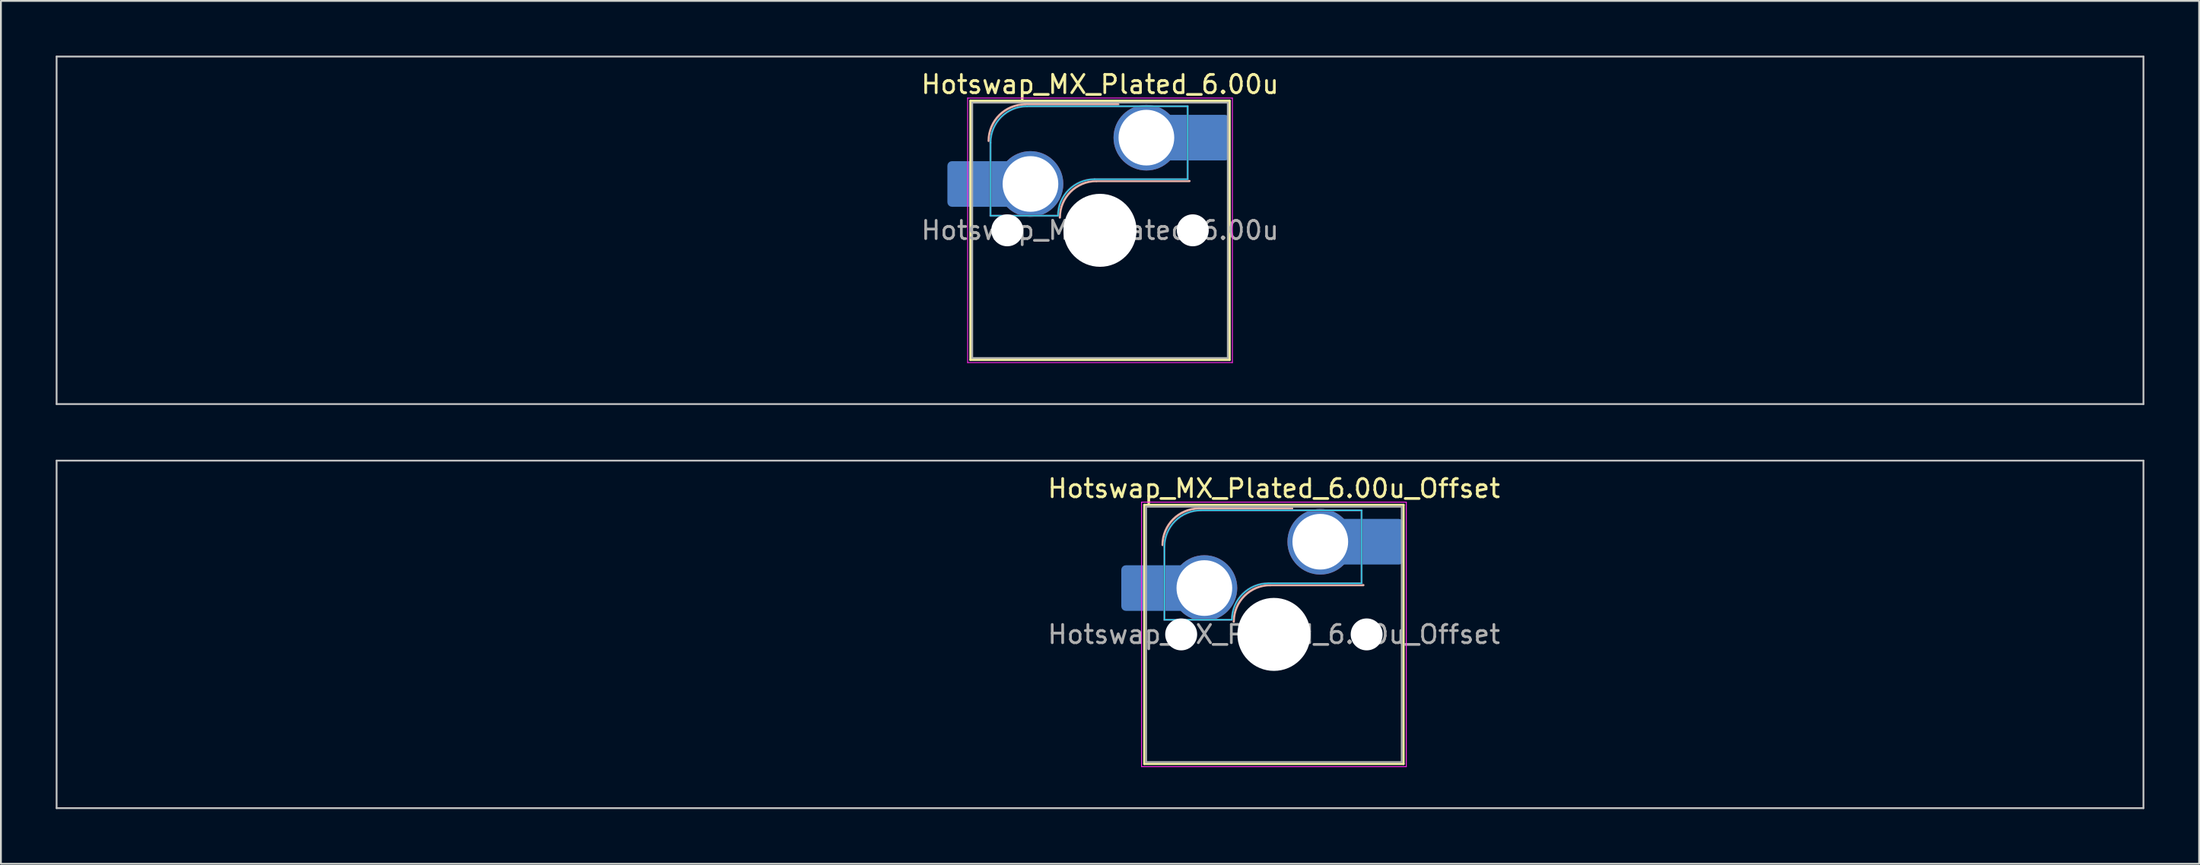
<source format=kicad_pcb>
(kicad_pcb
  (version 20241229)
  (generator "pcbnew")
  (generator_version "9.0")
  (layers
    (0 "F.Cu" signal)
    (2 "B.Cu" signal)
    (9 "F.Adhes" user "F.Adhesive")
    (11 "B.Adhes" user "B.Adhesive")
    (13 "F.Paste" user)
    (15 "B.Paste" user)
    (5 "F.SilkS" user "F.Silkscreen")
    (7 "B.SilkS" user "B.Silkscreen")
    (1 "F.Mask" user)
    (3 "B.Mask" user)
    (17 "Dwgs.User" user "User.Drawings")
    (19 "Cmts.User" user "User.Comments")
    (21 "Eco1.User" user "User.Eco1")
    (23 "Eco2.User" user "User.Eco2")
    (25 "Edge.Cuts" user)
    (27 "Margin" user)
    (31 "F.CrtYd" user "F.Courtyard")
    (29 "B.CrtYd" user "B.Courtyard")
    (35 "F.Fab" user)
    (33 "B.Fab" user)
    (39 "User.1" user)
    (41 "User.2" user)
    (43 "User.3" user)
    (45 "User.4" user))
  (footprint "Hotswap_MX_Plated_6.00u_Offset"
    (layer "F.Cu")
    (at 66.725 31.725)
    (property "Reference" "Hotswap_MX_Plated_6.00u_Offset" (at 0 -8 0) (layer "F.SilkS") (effects (font (size 1 1) (thickness 0.15))))
    (attr smd allow_soldermask_bridges)
    (fp_line (start -7.1 -7.1) (end -7.1 7.1) (stroke (width 0.12) (type solid)) (layer "F.SilkS"))
    (fp_line (start -7.1 7.1) (end 7.1 7.1) (stroke (width 0.12) (type solid)) (layer "F.SilkS"))
    (fp_line (start 7.1 -7.1) (end -7.1 -7.1) (stroke (width 0.12) (type solid)) (layer "F.SilkS"))
    (fp_line (start 7.1 7.1) (end 7.1 -7.1) (stroke (width 0.12) (type solid)) (layer "F.SilkS"))
    (fp_line (start -4.1 -6.9) (end 1 -6.9) (stroke (width 0.12) (type solid)) (layer "B.SilkS"))
    (fp_line (start -0.2 -2.7) (end 4.9 -2.7) (stroke (width 0.12) (type solid)) (layer "B.SilkS"))
    (fp_arc (start -6.1 -4.9) (mid -5.514214 -6.314214) (end -4.1 -6.9) (stroke (width 0.12) (type solid)) (layer "B.SilkS"))
    (fp_arc (start -2.2 -0.7) (mid -1.614214 -2.114214) (end -0.2 -2.7) (stroke (width 0.12) (type solid)) (layer "B.SilkS"))
    (fp_line (start -66.675 -9.525) (end -66.675 9.525) (stroke (width 0.1) (type solid)) (layer "Dwgs.User"))
    (fp_line (start -66.675 9.525) (end 47.625 9.525) (stroke (width 0.1) (type solid)) (layer "Dwgs.User"))
    (fp_line (start 47.625 -9.525) (end -66.675 -9.525) (stroke (width 0.1) (type solid)) (layer "Dwgs.User"))
    (fp_line (start 47.625 9.525) (end 47.625 -9.525) (stroke (width 0.1) (type solid)) (layer "Dwgs.User"))
    (fp_line (start -7.8 -6) (end -7 -6) (stroke (width 0.1) (type solid)) (layer "Eco1.User"))
    (fp_line (start -7.8 -2.9) (end -7.8 -6) (stroke (width 0.1) (type solid)) (layer "Eco1.User"))
    (fp_line (start -7.8 2.9) (end -7 2.9) (stroke (width 0.1) (type solid)) (layer "Eco1.User"))
    (fp_line (start -7.8 6) (end -7.8 2.9) (stroke (width 0.1) (type solid)) (layer "Eco1.User"))
    (fp_line (start -7 -7) (end 7 -7) (stroke (width 0.1) (type solid)) (layer "Eco1.User"))
    (fp_line (start -7 -6) (end -7 -7) (stroke (width 0.1) (type solid)) (layer "Eco1.User"))
    (fp_line (start -7 -2.9) (end -7.8 -2.9) (stroke (width 0.1) (type solid)) (layer "Eco1.User"))
    (fp_line (start -7 2.9) (end -7 -2.9) (stroke (width 0.1) (type solid)) (layer "Eco1.User"))
    (fp_line (start -7 6) (end -7.8 6) (stroke (width 0.1) (type solid)) (layer "Eco1.User"))
    (fp_line (start -7 7) (end -7 6) (stroke (width 0.1) (type solid)) (layer "Eco1.User"))
    (fp_line (start 7 -7) (end 7 -6) (stroke (width 0.1) (type solid)) (layer "Eco1.User"))
    (fp_line (start 7 -6) (end 7.8 -6) (stroke (width 0.1) (type solid)) (layer "Eco1.User"))
    (fp_line (start 7 -2.9) (end 7 2.9) (stroke (width 0.1) (type solid)) (layer "Eco1.User"))
    (fp_line (start 7 2.9) (end 7.8 2.9) (stroke (width 0.1) (type solid)) (layer "Eco1.User"))
    (fp_line (start 7 6) (end 7 7) (stroke (width 0.1) (type solid)) (layer "Eco1.User"))
    (fp_line (start 7 7) (end -7 7) (stroke (width 0.1) (type solid)) (layer "Eco1.User"))
    (fp_line (start 7.8 -6) (end 7.8 -2.9) (stroke (width 0.1) (type solid)) (layer "Eco1.User"))
    (fp_line (start 7.8 -2.9) (end 7 -2.9) (stroke (width 0.1) (type solid)) (layer "Eco1.User"))
    (fp_line (start 7.8 2.9) (end 7.8 6) (stroke (width 0.1) (type solid)) (layer "Eco1.User"))
    (fp_line (start 7.8 6) (end 7 6) (stroke (width 0.1) (type solid)) (layer "Eco1.User"))
    (fp_line (start -6 -0.8) (end -6 -4.8) (stroke (width 0.05) (type solid)) (layer "B.CrtYd"))
    (fp_line (start -6 -0.8) (end -2.3 -0.8) (stroke (width 0.05) (type solid)) (layer "B.CrtYd"))
    (fp_line (start -4 -6.8) (end 4.8 -6.8) (stroke (width 0.05) (type solid)) (layer "B.CrtYd"))
    (fp_line (start -0.3 -2.8) (end 4.8 -2.8) (stroke (width 0.05) (type solid)) (layer "B.CrtYd"))
    (fp_line (start 4.8 -6.8) (end 4.8 -2.8) (stroke (width 0.05) (type solid)) (layer "B.CrtYd"))
    (fp_arc (start -6 -4.8) (mid -5.414214 -6.214214) (end -4 -6.8) (stroke (width 0.05) (type solid)) (layer "B.CrtYd"))
    (fp_arc (start -2.3 -0.8) (mid -1.714214 -2.214214) (end -0.3 -2.8) (stroke (width 0.05) (type solid)) (layer "B.CrtYd"))
    (fp_line (start -7.25 -7.25) (end -7.25 7.25) (stroke (width 0.05) (type solid)) (layer "F.CrtYd"))
    (fp_line (start -7.25 7.25) (end 7.25 7.25) (stroke (width 0.05) (type solid)) (layer "F.CrtYd"))
    (fp_line (start 7.25 -7.25) (end -7.25 -7.25) (stroke (width 0.05) (type solid)) (layer "F.CrtYd"))
    (fp_line (start 7.25 7.25) (end 7.25 -7.25) (stroke (width 0.05) (type solid)) (layer "F.CrtYd"))
    (fp_line (start -6 -0.8) (end -6 -4.8) (stroke (width 0.12) (type solid)) (layer "B.Fab"))
    (fp_line (start -6 -0.8) (end -2.3 -0.8) (stroke (width 0.12) (type solid)) (layer "B.Fab"))
    (fp_line (start -4 -6.8) (end 4.8 -6.8) (stroke (width 0.12) (type solid)) (layer "B.Fab"))
    (fp_line (start -0.3 -2.8) (end 4.8 -2.8) (stroke (width 0.12) (type solid)) (layer "B.Fab"))
    (fp_line (start 4.8 -6.8) (end 4.8 -2.8) (stroke (width 0.12) (type solid)) (layer "B.Fab"))
    (fp_arc (start -6 -4.8) (mid -5.414214 -6.214214) (end -4 -6.8) (stroke (width 0.12) (type solid)) (layer "B.Fab"))
    (fp_arc (start -2.3 -0.8) (mid -1.714214 -2.214214) (end -0.3 -2.8) (stroke (width 0.12) (type solid)) (layer "B.Fab"))
    (fp_line (start -7 -7) (end -7 7) (stroke (width 0.1) (type solid)) (layer "F.Fab"))
    (fp_line (start -7 7) (end 7 7) (stroke (width 0.1) (type solid)) (layer "F.Fab"))
    (fp_line (start 7 -7) (end -7 -7) (stroke (width 0.1) (type solid)) (layer "F.Fab"))
    (fp_line (start 7 7) (end 7 -7) (stroke (width 0.1) (type solid)) (layer "F.Fab"))
    (fp_text user "${REFERENCE}" (at 0 0 0) (layer "F.Fab") (effects (font (size 1 1) (thickness 0.15))))
    (pad "" smd roundrect (at -7.085 -2.54) (size 2.55 2.5) (layers "B.Mask" "B.Paste") (roundrect_rratio 0.1))
    (pad "" np_thru_hole circle (at -5.08 0) (size 1.75 1.75) (drill 1.75) (layers "*.Cu" "*.Mask"))
    (pad "" np_thru_hole circle (at 0 0) (size 4 4) (drill 4) (layers "*.Cu" "*.Mask"))
    (pad "" np_thru_hole circle (at 5.08 0) (size 1.75 1.75) (drill 1.75) (layers "*.Cu" "*.Mask"))
    (pad "" smd roundrect (at 5.842 -5.08) (size 2.55 2.5) (layers "B.Mask" "B.Paste") (roundrect_rratio 0.1))
    (pad "1" smd roundrect (at -6.585 -2.54) (size 3.55 2.5) (layers "B.Cu") (roundrect_rratio 0.1))
    (pad "1" thru_hole circle (at -3.81 -2.54) (size 3.6 3.6) (drill 3.05) (layers "*.Cu" "*.Mask"))
    (pad "2" thru_hole circle (at 2.54 -5.08) (size 3.6 3.6) (drill 3.05) (layers "*.Cu" "*.Mask"))
    (pad "2" smd roundrect (at 5.32 -5.08) (size 3.55 2.5) (layers "B.Cu") (roundrect_rratio 0.1)))
  (footprint "Hotswap_MX_Plated_6.00u"
    (layer "F.Cu")
    (at 57.2 9.575)
    (property "Reference" "Hotswap_MX_Plated_6.00u" (at 0 -8 0) (layer "F.SilkS") (effects (font (size 1 1) (thickness 0.15))))
    (attr smd allow_soldermask_bridges)
    (fp_line (start -7.1 -7.1) (end -7.1 7.1) (stroke (width 0.12) (type solid)) (layer "F.SilkS"))
    (fp_line (start -7.1 7.1) (end 7.1 7.1) (stroke (width 0.12) (type solid)) (layer "F.SilkS"))
    (fp_line (start 7.1 -7.1) (end -7.1 -7.1) (stroke (width 0.12) (type solid)) (layer "F.SilkS"))
    (fp_line (start 7.1 7.1) (end 7.1 -7.1) (stroke (width 0.12) (type solid)) (layer "F.SilkS"))
    (fp_line (start -4.1 -6.9) (end 1 -6.9) (stroke (width 0.12) (type solid)) (layer "B.SilkS"))
    (fp_line (start -0.2 -2.7) (end 4.9 -2.7) (stroke (width 0.12) (type solid)) (layer "B.SilkS"))
    (fp_arc (start -6.1 -4.9) (mid -5.514214 -6.314214) (end -4.1 -6.9) (stroke (width 0.12) (type solid)) (layer "B.SilkS"))
    (fp_arc (start -2.2 -0.7) (mid -1.614214 -2.114214) (end -0.2 -2.7) (stroke (width 0.12) (type solid)) (layer "B.SilkS"))
    (fp_line (start -57.15 -9.525) (end -57.15 9.525) (stroke (width 0.1) (type solid)) (layer "Dwgs.User"))
    (fp_line (start -57.15 9.525) (end 57.15 9.525) (stroke (width 0.1) (type solid)) (layer "Dwgs.User"))
    (fp_line (start 57.15 -9.525) (end -57.15 -9.525) (stroke (width 0.1) (type solid)) (layer "Dwgs.User"))
    (fp_line (start 57.15 9.525) (end 57.15 -9.525) (stroke (width 0.1) (type solid)) (layer "Dwgs.User"))
    (fp_line (start -7.8 -6) (end -7 -6) (stroke (width 0.1) (type solid)) (layer "Eco1.User"))
    (fp_line (start -7.8 -2.9) (end -7.8 -6) (stroke (width 0.1) (type solid)) (layer "Eco1.User"))
    (fp_line (start -7.8 2.9) (end -7 2.9) (stroke (width 0.1) (type solid)) (layer "Eco1.User"))
    (fp_line (start -7.8 6) (end -7.8 2.9) (stroke (width 0.1) (type solid)) (layer "Eco1.User"))
    (fp_line (start -7 -7) (end 7 -7) (stroke (width 0.1) (type solid)) (layer "Eco1.User"))
    (fp_line (start -7 -6) (end -7 -7) (stroke (width 0.1) (type solid)) (layer "Eco1.User"))
    (fp_line (start -7 -2.9) (end -7.8 -2.9) (stroke (width 0.1) (type solid)) (layer "Eco1.User"))
    (fp_line (start -7 2.9) (end -7 -2.9) (stroke (width 0.1) (type solid)) (layer "Eco1.User"))
    (fp_line (start -7 6) (end -7.8 6) (stroke (width 0.1) (type solid)) (layer "Eco1.User"))
    (fp_line (start -7 7) (end -7 6) (stroke (width 0.1) (type solid)) (layer "Eco1.User"))
    (fp_line (start 7 -7) (end 7 -6) (stroke (width 0.1) (type solid)) (layer "Eco1.User"))
    (fp_line (start 7 -6) (end 7.8 -6) (stroke (width 0.1) (type solid)) (layer "Eco1.User"))
    (fp_line (start 7 -2.9) (end 7 2.9) (stroke (width 0.1) (type solid)) (layer "Eco1.User"))
    (fp_line (start 7 2.9) (end 7.8 2.9) (stroke (width 0.1) (type solid)) (layer "Eco1.User"))
    (fp_line (start 7 6) (end 7 7) (stroke (width 0.1) (type solid)) (layer "Eco1.User"))
    (fp_line (start 7 7) (end -7 7) (stroke (width 0.1) (type solid)) (layer "Eco1.User"))
    (fp_line (start 7.8 -6) (end 7.8 -2.9) (stroke (width 0.1) (type solid)) (layer "Eco1.User"))
    (fp_line (start 7.8 -2.9) (end 7 -2.9) (stroke (width 0.1) (type solid)) (layer "Eco1.User"))
    (fp_line (start 7.8 2.9) (end 7.8 6) (stroke (width 0.1) (type solid)) (layer "Eco1.User"))
    (fp_line (start 7.8 6) (end 7 6) (stroke (width 0.1) (type solid)) (layer "Eco1.User"))
    (fp_line (start -6 -0.8) (end -6 -4.8) (stroke (width 0.05) (type solid)) (layer "B.CrtYd"))
    (fp_line (start -6 -0.8) (end -2.3 -0.8) (stroke (width 0.05) (type solid)) (layer "B.CrtYd"))
    (fp_line (start -4 -6.8) (end 4.8 -6.8) (stroke (width 0.05) (type solid)) (layer "B.CrtYd"))
    (fp_line (start -0.3 -2.8) (end 4.8 -2.8) (stroke (width 0.05) (type solid)) (layer "B.CrtYd"))
    (fp_line (start 4.8 -6.8) (end 4.8 -2.8) (stroke (width 0.05) (type solid)) (layer "B.CrtYd"))
    (fp_arc (start -6 -4.8) (mid -5.414214 -6.214214) (end -4 -6.8) (stroke (width 0.05) (type solid)) (layer "B.CrtYd"))
    (fp_arc (start -2.3 -0.8) (mid -1.714214 -2.214214) (end -0.3 -2.8) (stroke (width 0.05) (type solid)) (layer "B.CrtYd"))
    (fp_line (start -7.25 -7.25) (end -7.25 7.25) (stroke (width 0.05) (type solid)) (layer "F.CrtYd"))
    (fp_line (start -7.25 7.25) (end 7.25 7.25) (stroke (width 0.05) (type solid)) (layer "F.CrtYd"))
    (fp_line (start 7.25 -7.25) (end -7.25 -7.25) (stroke (width 0.05) (type solid)) (layer "F.CrtYd"))
    (fp_line (start 7.25 7.25) (end 7.25 -7.25) (stroke (width 0.05) (type solid)) (layer "F.CrtYd"))
    (fp_line (start -6 -0.8) (end -6 -4.8) (stroke (width 0.12) (type solid)) (layer "B.Fab"))
    (fp_line (start -6 -0.8) (end -2.3 -0.8) (stroke (width 0.12) (type solid)) (layer "B.Fab"))
    (fp_line (start -4 -6.8) (end 4.8 -6.8) (stroke (width 0.12) (type solid)) (layer "B.Fab"))
    (fp_line (start -0.3 -2.8) (end 4.8 -2.8) (stroke (width 0.12) (type solid)) (layer "B.Fab"))
    (fp_line (start 4.8 -6.8) (end 4.8 -2.8) (stroke (width 0.12) (type solid)) (layer "B.Fab"))
    (fp_arc (start -6 -4.8) (mid -5.414214 -6.214214) (end -4 -6.8) (stroke (width 0.12) (type solid)) (layer "B.Fab"))
    (fp_arc (start -2.3 -0.8) (mid -1.714214 -2.214214) (end -0.3 -2.8) (stroke (width 0.12) (type solid)) (layer "B.Fab"))
    (fp_line (start -7 -7) (end -7 7) (stroke (width 0.1) (type solid)) (layer "F.Fab"))
    (fp_line (start -7 7) (end 7 7) (stroke (width 0.1) (type solid)) (layer "F.Fab"))
    (fp_line (start 7 -7) (end -7 -7) (stroke (width 0.1) (type solid)) (layer "F.Fab"))
    (fp_line (start 7 7) (end 7 -7) (stroke (width 0.1) (type solid)) (layer "F.Fab"))
    (fp_text user "${REFERENCE}" (at 0 0 0) (layer "F.Fab") (effects (font (size 1 1) (thickness 0.15))))
    (pad "" smd roundrect (at -7.085 -2.54) (size 2.55 2.5) (layers "B.Mask" "B.Paste") (roundrect_rratio 0.1))
    (pad "" np_thru_hole circle (at -5.08 0) (size 1.75 1.75) (drill 1.75) (layers "*.Cu" "*.Mask"))
    (pad "" np_thru_hole circle (at 0 0) (size 4 4) (drill 4) (layers "*.Cu" "*.Mask"))
    (pad "" np_thru_hole circle (at 5.08 0) (size 1.75 1.75) (drill 1.75) (layers "*.Cu" "*.Mask"))
    (pad "" smd roundrect (at 5.842 -5.08) (size 2.55 2.5) (layers "B.Mask" "B.Paste") (roundrect_rratio 0.1))
    (pad "1" smd roundrect (at -6.585 -2.54) (size 3.55 2.5) (layers "B.Cu") (roundrect_rratio 0.1))
    (pad "1" thru_hole circle (at -3.81 -2.54) (size 3.6 3.6) (drill 3.05) (layers "*.Cu" "*.Mask"))
    (pad "2" thru_hole circle (at 2.54 -5.08) (size 3.6 3.6) (drill 3.05) (layers "*.Cu" "*.Mask"))
    (pad "2" smd roundrect (at 5.32 -5.08) (size 3.55 2.5) (layers "B.Cu") (roundrect_rratio 0.1)))
  (gr_rect
    (start -3 -3)
    (end 117.4 44.3)
    (stroke (width 0.1) (type default))
    (fill no)
    (layer "Edge.Cuts")))
</source>
